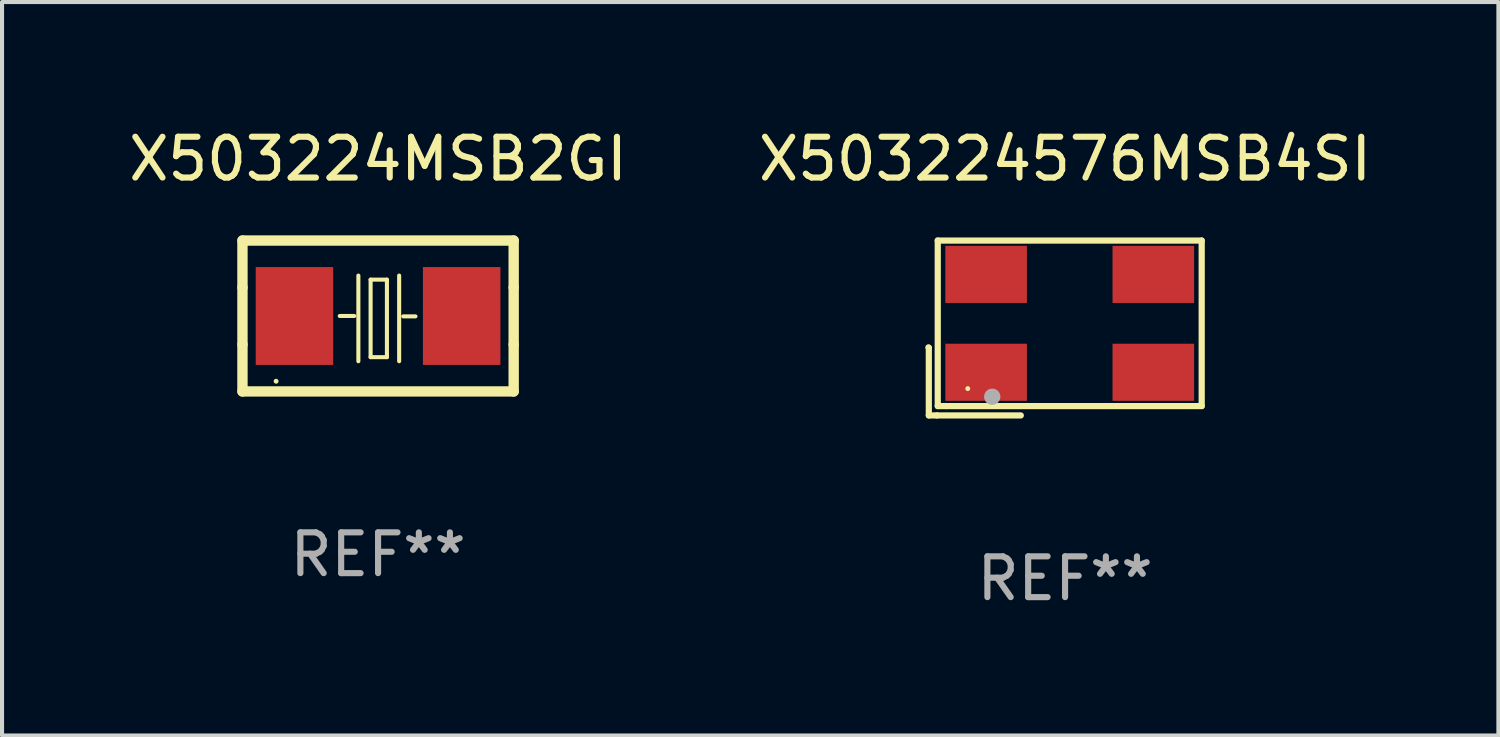
<source format=kicad_pcb>
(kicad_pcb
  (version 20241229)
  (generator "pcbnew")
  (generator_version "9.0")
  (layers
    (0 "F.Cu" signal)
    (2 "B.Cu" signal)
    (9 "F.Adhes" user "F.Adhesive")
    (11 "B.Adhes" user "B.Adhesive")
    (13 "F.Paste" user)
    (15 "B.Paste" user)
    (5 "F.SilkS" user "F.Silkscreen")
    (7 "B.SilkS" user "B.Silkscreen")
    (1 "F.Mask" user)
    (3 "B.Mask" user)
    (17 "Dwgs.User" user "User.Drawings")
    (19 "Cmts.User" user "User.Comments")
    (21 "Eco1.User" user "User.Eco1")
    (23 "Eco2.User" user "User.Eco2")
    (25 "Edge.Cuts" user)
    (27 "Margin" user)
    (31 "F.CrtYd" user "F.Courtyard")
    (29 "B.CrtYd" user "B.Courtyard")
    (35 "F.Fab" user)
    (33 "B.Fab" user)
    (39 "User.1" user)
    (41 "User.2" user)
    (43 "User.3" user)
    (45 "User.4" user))
  (footprint "X503224MSB2GI"
    (layer "F.Cu")
    (at 6.22 4.698)
    (property "Reference" "X503224MSB2GI" (at 0 -3.85 0) (layer "F.SilkS") (effects (font (size 1 1) (thickness 0.15))))
    (attr through_hole)
    (fp_line (start -3.325 0.7) (end -3.325 -0.7) (stroke (width 0.254) (type solid)) (layer "F.SilkS"))
    (fp_line (start -3.325 -1.85) (end 3.325 -1.85) (stroke (width 0.254) (type solid)) (layer "F.SilkS"))
    (fp_line (start -3.325 -0.7) (end -3.325 -1.85) (stroke (width 0.254) (type solid)) (layer "F.SilkS"))
    (fp_line (start -3.325 1.85) (end -3.325 0.7) (stroke (width 0.254) (type solid)) (layer "F.SilkS"))
    (fp_line (start -0.94 -0.000127) (end -0.584 -0.000127) (stroke (width 0.1) (type solid)) (layer "F.SilkS"))
    (fp_line (start -0.483 -0.991) (end -0.483 1.109) (stroke (width 0.1) (type solid)) (layer "F.SilkS"))
    (fp_line (start -0.183 -0.891) (end -0.183 1.009) (stroke (width 0.1) (type solid)) (layer "F.SilkS"))
    (fp_line (start -0.183 1.009) (end 0.217 1.009) (stroke (width 0.1) (type solid)) (layer "F.SilkS"))
    (fp_line (start 0.217 -0.891) (end -0.183 -0.891) (stroke (width 0.1) (type solid)) (layer "F.SilkS"))
    (fp_line (start 0.217 1.009) (end 0.217 -0.891) (stroke (width 0.1) (type solid)) (layer "F.SilkS"))
    (fp_line (start 0.517 -0.991) (end 0.517 1.109) (stroke (width 0.1) (type solid)) (layer "F.SilkS"))
    (fp_line (start 0.617 0.009) (end 0.917 0.009) (stroke (width 0.1) (type solid)) (layer "F.SilkS"))
    (fp_line (start 3.325 -1.85) (end 3.325 -0.7) (stroke (width 0.254) (type solid)) (layer "F.SilkS"))
    (fp_line (start 3.325 0.7) (end 3.325 1.85) (stroke (width 0.254) (type solid)) (layer "F.SilkS"))
    (fp_line (start 3.325 1.85) (end -3.325 1.85) (stroke (width 0.254) (type solid)) (layer "F.SilkS"))
    (fp_line (start 3.325 -0.7) (end 3.325 0.7) (stroke (width 0.254) (type solid)) (layer "F.SilkS"))
    (fp_circle (center -2.5 1.6) (end -2.47 1.6) (stroke (width 0.06) (type solid)) (fill no) (layer "F.SilkS"))
    (fp_text user "REF**" (at 0 5.85 0) (layer "F.Fab") (effects (font (size 1 1) (thickness 0.15))))
    (pad "1" smd rect (at -2.05 -0.000127) (size 1.9 2.4) (layers "F.Cu" "F.Mask" "F.Paste"))
    (pad "2" smd rect (at 2.05 -0.000127) (size 1.9 2.4) (layers "F.Cu" "F.Mask" "F.Paste")))
  (footprint "X503224576MSB4SI"
    (layer "F.Cu")
    (at 23.065 4.992)
    (property "Reference" "X503224576MSB4SI" (at 0 -4.144 0) (layer "F.SilkS") (effects (font (size 1 1) (thickness 0.15))))
    (attr through_hole)
    (fp_line (start -3.35 0.476) (end -3.341 0.485) (stroke (width 0.152) (type solid)) (layer "F.SilkS"))
    (fp_line (start -3.341 0.485) (end -3.341 2.144) (stroke (width 0.152) (type solid)) (layer "F.SilkS"))
    (fp_line (start -3.341 2.144) (end -3.143 2.144) (stroke (width 0.152) (type solid)) (layer "F.SilkS"))
    (fp_line (start -3.143 2.144) (end -1.085 2.144) (stroke (width 0.152) (type solid)) (layer "F.SilkS"))
    (fp_line (start -3.122 -2.144) (end 3.35 -2.144) (stroke (width 0.152) (type solid)) (layer "F.SilkS"))
    (fp_line (start -3.122 1.915) (end -3.122 -2.144) (stroke (width 0.152) (type solid)) (layer "F.SilkS"))
    (fp_line (start -2.914 1.915) (end -3.122 1.915) (stroke (width 0.152) (type solid)) (layer "F.SilkS"))
    (fp_line (start 3.35 -2.144) (end 3.35 1.915) (stroke (width 0.152) (type solid)) (layer "F.SilkS"))
    (fp_line (start 3.35 1.915) (end -2.914 1.915) (stroke (width 0.152) (type solid)) (layer "F.SilkS"))
    (fp_circle (center -2.386 1.486) (end -2.356 1.486) (stroke (width 0.06) (type solid)) (fill no) (layer "F.SilkS"))
    (fp_circle (center -1.786 1.686) (end -1.686 1.686) (stroke (width 0.2) (type solid)) (fill no) (layer "F.Fab"))
    (fp_text user "REF**" (at 0 6.144 0) (layer "F.Fab") (effects (font (size 1 1) (thickness 0.15))))
    (pad "1" smd rect (at -1.936 1.086) (size 2 1.4) (layers "F.Cu" "F.Mask" "F.Paste"))
    (pad "2" smd rect (at 2.164 1.086) (size 2 1.4) (layers "F.Cu" "F.Mask" "F.Paste"))
    (pad "3" smd rect (at 2.164 -1.314) (size 2 1.4) (layers "F.Cu" "F.Mask" "F.Paste"))
    (pad "4" smd rect (at -1.936 -1.314) (size 2 1.4) (layers "F.Cu" "F.Mask" "F.Paste")))
  (gr_rect
    (start -3 -3)
    (end 33.69 14.984)
    (stroke (width 0.1) (type default))
    (fill no)
    (layer "Edge.Cuts")))
</source>
